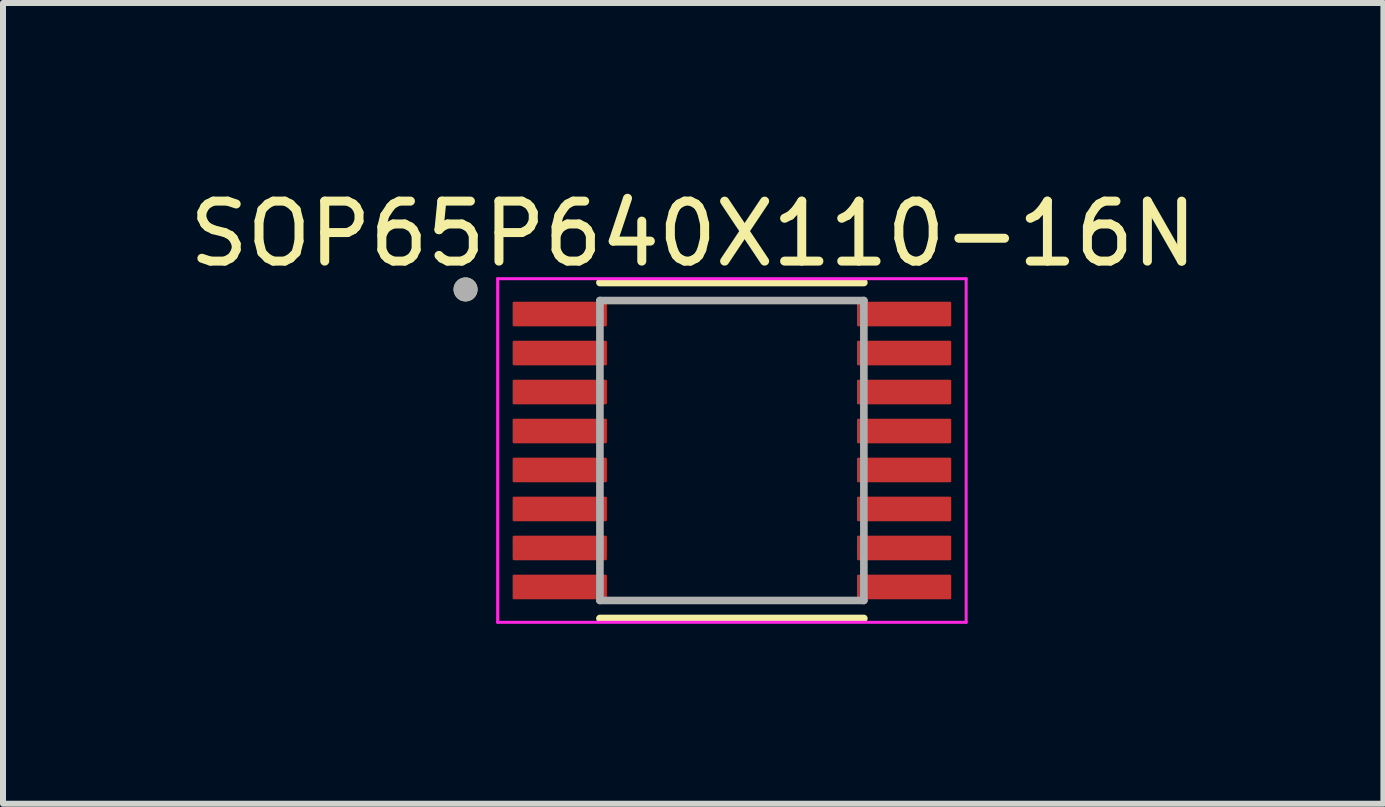
<source format=kicad_pcb>
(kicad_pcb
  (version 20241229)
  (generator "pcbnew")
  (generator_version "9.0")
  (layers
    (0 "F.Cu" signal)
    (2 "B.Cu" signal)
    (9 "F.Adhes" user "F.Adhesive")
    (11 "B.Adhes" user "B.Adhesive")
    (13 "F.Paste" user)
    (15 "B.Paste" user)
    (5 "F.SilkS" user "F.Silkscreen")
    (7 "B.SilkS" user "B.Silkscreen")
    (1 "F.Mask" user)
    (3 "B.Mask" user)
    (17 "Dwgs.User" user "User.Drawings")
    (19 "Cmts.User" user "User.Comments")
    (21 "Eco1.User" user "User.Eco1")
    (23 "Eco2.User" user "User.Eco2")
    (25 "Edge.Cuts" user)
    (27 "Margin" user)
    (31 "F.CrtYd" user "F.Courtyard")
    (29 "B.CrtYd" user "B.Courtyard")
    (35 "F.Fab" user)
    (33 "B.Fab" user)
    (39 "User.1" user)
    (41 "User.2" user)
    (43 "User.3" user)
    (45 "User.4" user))
  (footprint "SOP65P640X110-16N"
    (layer "F.Cu")
    (at 9.151 4.46)
    (property "Reference" "SOP65P640X110-16N" (at -0.645 -3.612 0) (layer "F.SilkS") (effects (font (size 1 1) (thickness 0.15))))
    (attr through_hole)
    (fp_line (start -2.2 -2.8) (end 2.2 -2.8) (stroke (width 0.127) (type solid)) (layer "F.SilkS"))
    (fp_line (start -2.2 2.8) (end 2.2 2.8) (stroke (width 0.127) (type solid)) (layer "F.SilkS"))
    (fp_circle (center -4.44 -2.685) (end -4.34 -2.685) (stroke (width 0.2) (type solid)) (fill no) (layer "F.SilkS"))
    (fp_line (start -3.905 -2.864) (end -3.905 2.864) (stroke (width 0.05) (type solid)) (layer "F.CrtYd"))
    (fp_line (start -3.905 -2.864) (end 3.905 -2.864) (stroke (width 0.05) (type solid)) (layer "F.CrtYd"))
    (fp_line (start -3.905 2.864) (end 3.905 2.864) (stroke (width 0.05) (type solid)) (layer "F.CrtYd"))
    (fp_line (start 3.905 -2.864) (end 3.905 2.864) (stroke (width 0.05) (type solid)) (layer "F.CrtYd"))
    (fp_line (start -2.2 -2.5) (end -2.2 2.5) (stroke (width 0.127) (type solid)) (layer "F.Fab"))
    (fp_line (start -2.2 -2.5) (end 2.2 -2.5) (stroke (width 0.127) (type solid)) (layer "F.Fab"))
    (fp_line (start -2.2 2.5) (end 2.2 2.5) (stroke (width 0.127) (type solid)) (layer "F.Fab"))
    (fp_line (start 2.2 -2.5) (end 2.2 2.5) (stroke (width 0.127) (type solid)) (layer "F.Fab"))
    (fp_circle (center -4.44 -2.685) (end -4.34 -2.685) (stroke (width 0.2) (type solid)) (fill no) (layer "F.Fab"))
    (pad "1" smd roundrect (at -2.87 -2.275) (size 1.57 0.41) (layers "F.Cu" "F.Mask" "F.Paste") (roundrect_rratio 0.05))
    (pad "2" smd roundrect (at -2.87 -1.625) (size 1.57 0.41) (layers "F.Cu" "F.Mask" "F.Paste") (roundrect_rratio 0.05))
    (pad "3" smd roundrect (at -2.87 -0.975) (size 1.57 0.41) (layers "F.Cu" "F.Mask" "F.Paste") (roundrect_rratio 0.05))
    (pad "4" smd roundrect (at -2.87 -0.325) (size 1.57 0.41) (layers "F.Cu" "F.Mask" "F.Paste") (roundrect_rratio 0.05))
    (pad "5" smd roundrect (at -2.87 0.325) (size 1.57 0.41) (layers "F.Cu" "F.Mask" "F.Paste") (roundrect_rratio 0.05))
    (pad "6" smd roundrect (at -2.87 0.975) (size 1.57 0.41) (layers "F.Cu" "F.Mask" "F.Paste") (roundrect_rratio 0.05))
    (pad "7" smd roundrect (at -2.87 1.625) (size 1.57 0.41) (layers "F.Cu" "F.Mask" "F.Paste") (roundrect_rratio 0.05))
    (pad "8" smd roundrect (at -2.87 2.275) (size 1.57 0.41) (layers "F.Cu" "F.Mask" "F.Paste") (roundrect_rratio 0.05))
    (pad "9" smd roundrect (at 2.87 2.275) (size 1.57 0.41) (layers "F.Cu" "F.Mask" "F.Paste") (roundrect_rratio 0.05))
    (pad "10" smd roundrect (at 2.87 1.625) (size 1.57 0.41) (layers "F.Cu" "F.Mask" "F.Paste") (roundrect_rratio 0.05))
    (pad "11" smd roundrect (at 2.87 0.975) (size 1.57 0.41) (layers "F.Cu" "F.Mask" "F.Paste") (roundrect_rratio 0.05))
    (pad "12" smd roundrect (at 2.87 0.325) (size 1.57 0.41) (layers "F.Cu" "F.Mask" "F.Paste") (roundrect_rratio 0.05))
    (pad "13" smd roundrect (at 2.87 -0.325) (size 1.57 0.41) (layers "F.Cu" "F.Mask" "F.Paste") (roundrect_rratio 0.05))
    (pad "14" smd roundrect (at 2.87 -0.975) (size 1.57 0.41) (layers "F.Cu" "F.Mask" "F.Paste") (roundrect_rratio 0.05))
    (pad "15" smd roundrect (at 2.87 -1.625) (size 1.57 0.41) (layers "F.Cu" "F.Mask" "F.Paste") (roundrect_rratio 0.05))
    (pad "16" smd roundrect (at 2.87 -2.275) (size 1.57 0.41) (layers "F.Cu" "F.Mask" "F.Paste") (roundrect_rratio 0.05)))
  (gr_rect
    (start -3 -3)
    (end 20.012 10.349)
    (stroke (width 0.1) (type default))
    (fill no)
    (layer "Edge.Cuts")))
</source>
